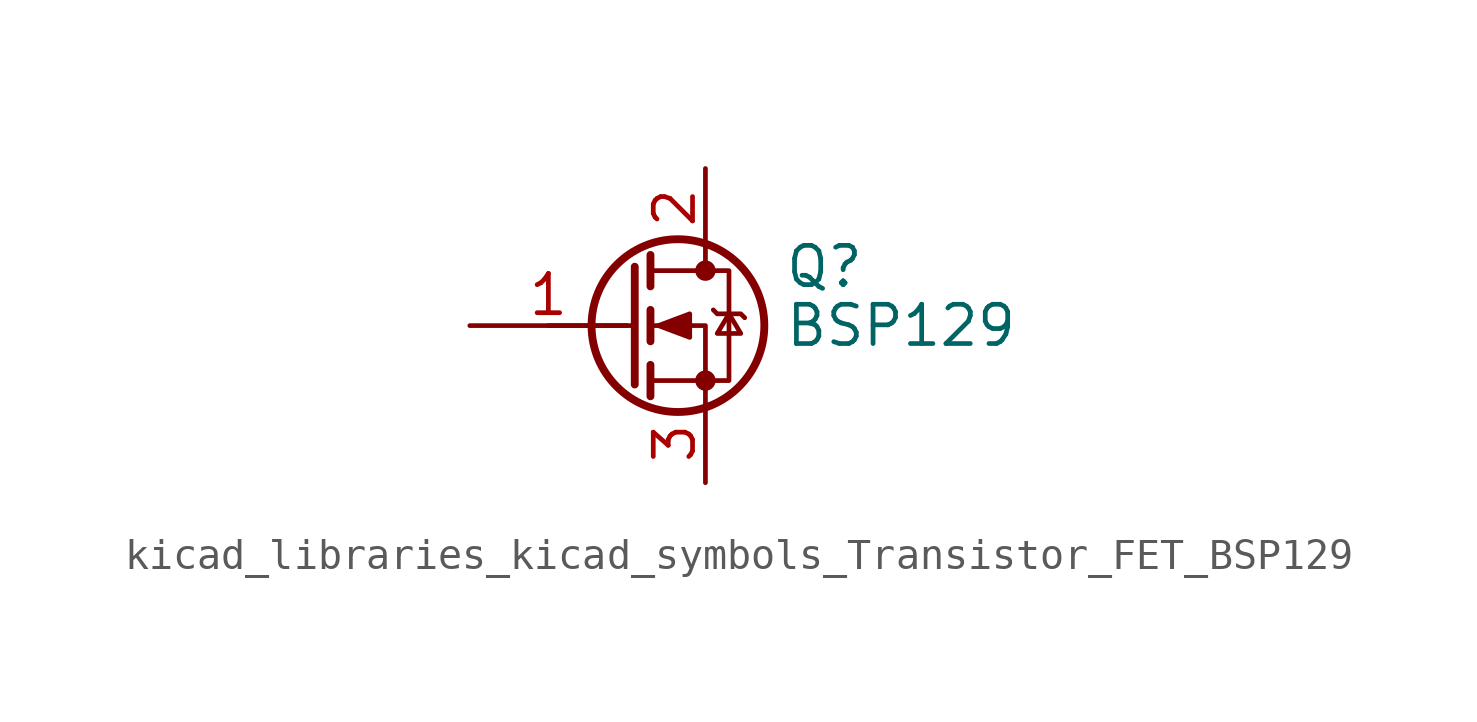
<source format=kicad_sym>
(kicad_symbol_lib
  (version 20220914)
  (generator kicad_symbol_editor)
  (symbol "kicad_libraries_kicad_symbols_Transistor_FET_BSP129"
    (pin_names hide)
    (property "Reference" "Q"
      (at 5.08 1.905 0)
      (effects (font (size 1.27 1.27)) (justify left)))
    (property "Value" "BSP129"
      (at 5.08 0 0)
      (effects (font (size 1.27 1.27)) (justify left)))
    (symbol "kicad_libraries_kicad_symbols_Transistor_FET_BSP129_0_1"
      (polyline (pts (xy 0.254 0) (xy -2.54 0)) (stroke (width 0) (type default)) (fill (type none)))
      (polyline (pts (xy 0.254 1.905) (xy 0.254 -1.905)) (stroke (width 0.254) (type default)) (fill (type none)))
      (polyline (pts (xy 0.762 -1.27) (xy 0.762 -2.286)) (stroke (width 0.254) (type default)) (fill (type none)))
      (polyline (pts (xy 0.762 0.508) (xy 0.762 -0.508)) (stroke (width 0.254) (type default)) (fill (type none)))
      (polyline (pts (xy 0.762 2.286) (xy 0.762 1.27)) (stroke (width 0.254) (type default)) (fill (type none)))
      (polyline (pts (xy 2.54 2.54) (xy 2.54 1.778)) (stroke (width 0) (type default)) (fill (type none)))
      (polyline (pts (xy 2.54 -2.54) (xy 2.54 0) (xy 0.762 0)) (stroke (width 0) (type default)) (fill (type none)))
      (polyline (pts (xy 0.762 -1.778) (xy 3.302 -1.778) (xy 3.302 1.778) (xy 0.762 1.778)) (stroke (width 0) (type default)) (fill (type none)))
      (polyline (pts (xy 1.016 0) (xy 2.032 0.381) (xy 2.032 -0.381) (xy 1.016 0)) (stroke (width 0) (type default)) (fill (type outline)))
      (polyline (pts (xy 2.794 0.508) (xy 2.921 0.381) (xy 3.683 0.381) (xy 3.81 0.254)) (stroke (width 0) (type default)) (fill (type none)))
      (polyline (pts (xy 3.302 0.381) (xy 2.921 -0.254) (xy 3.683 -0.254) (xy 3.302 0.381)) (stroke (width 0) (type default)) (fill (type none)))
      (circle (center 1.651 0) (radius 2.794) (stroke (width 0.254) (type default)) (fill (type none)))
      (circle (center 2.54 -1.778) (radius 0.254) (stroke (width 0) (type default)) (fill (type outline)))
      (circle (center 2.54 1.778) (radius 0.254) (stroke (width 0) (type default)) (fill (type outline))))
    (symbol "kicad_libraries_kicad_symbols_Transistor_FET_BSP129_1_1"
      (pin input line (at -5.08 0 0) (length 5.08) (name "G" (effects (font (size 1.27 1.27)))) (number "1" (effects (font (size 1.27 1.27)))))
      (pin passive line (at 2.54 5.08 270) (length 2.54) (name "D" (effects (font (size 1.27 1.27)))) (number "2" (effects (font (size 1.27 1.27)))))
      (pin passive line (at 2.54 -5.08 90) (length 2.54) (name "S" (effects (font (size 1.27 1.27)))) (number "3" (effects (font (size 1.27 1.27))))))))
</source>
